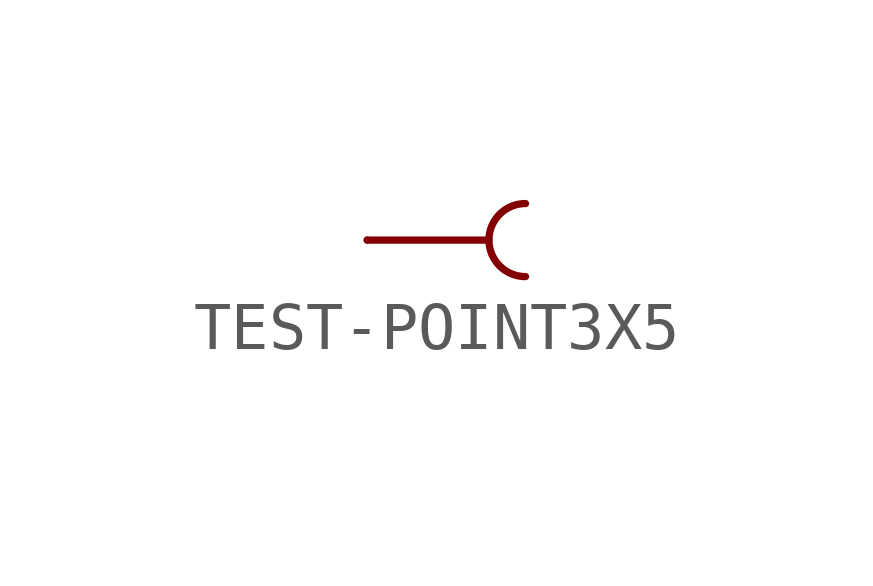
<source format=kicad_sym>
(kicad_symbol_lib
  (version 20220914)
  (generator kicad_symbol_editor)
  (symbol "TEST-POINT3X5"
    (property "Reference" "TP"
      (at -2.54 2.54 0)
      (effects (font (size 1.778 1.778)) (justify left bottom) hide))
    (property "ki_locked" ""
      (at 0 0 0)
      (effects (font (size 1.27 1.27))))
    (symbol "TEST-POINT3X5_1_0"
      (polyline (pts (xy 2.54 0) (xy 0 0)) (stroke (width 0.152) (type solid)) (fill (type none)))
      (arc (start 3.302 0.762) (mid 2.54 0) (end 3.302 -0.762) (stroke (width 0.1524) (type solid)) (fill (type none)))
      (pin bidirectional line (at 0 0 180) (length 0) (name "1" (effects (font (size 0 0)))) (number "P$1" (effects (font (size 0 0))))))))
</source>
